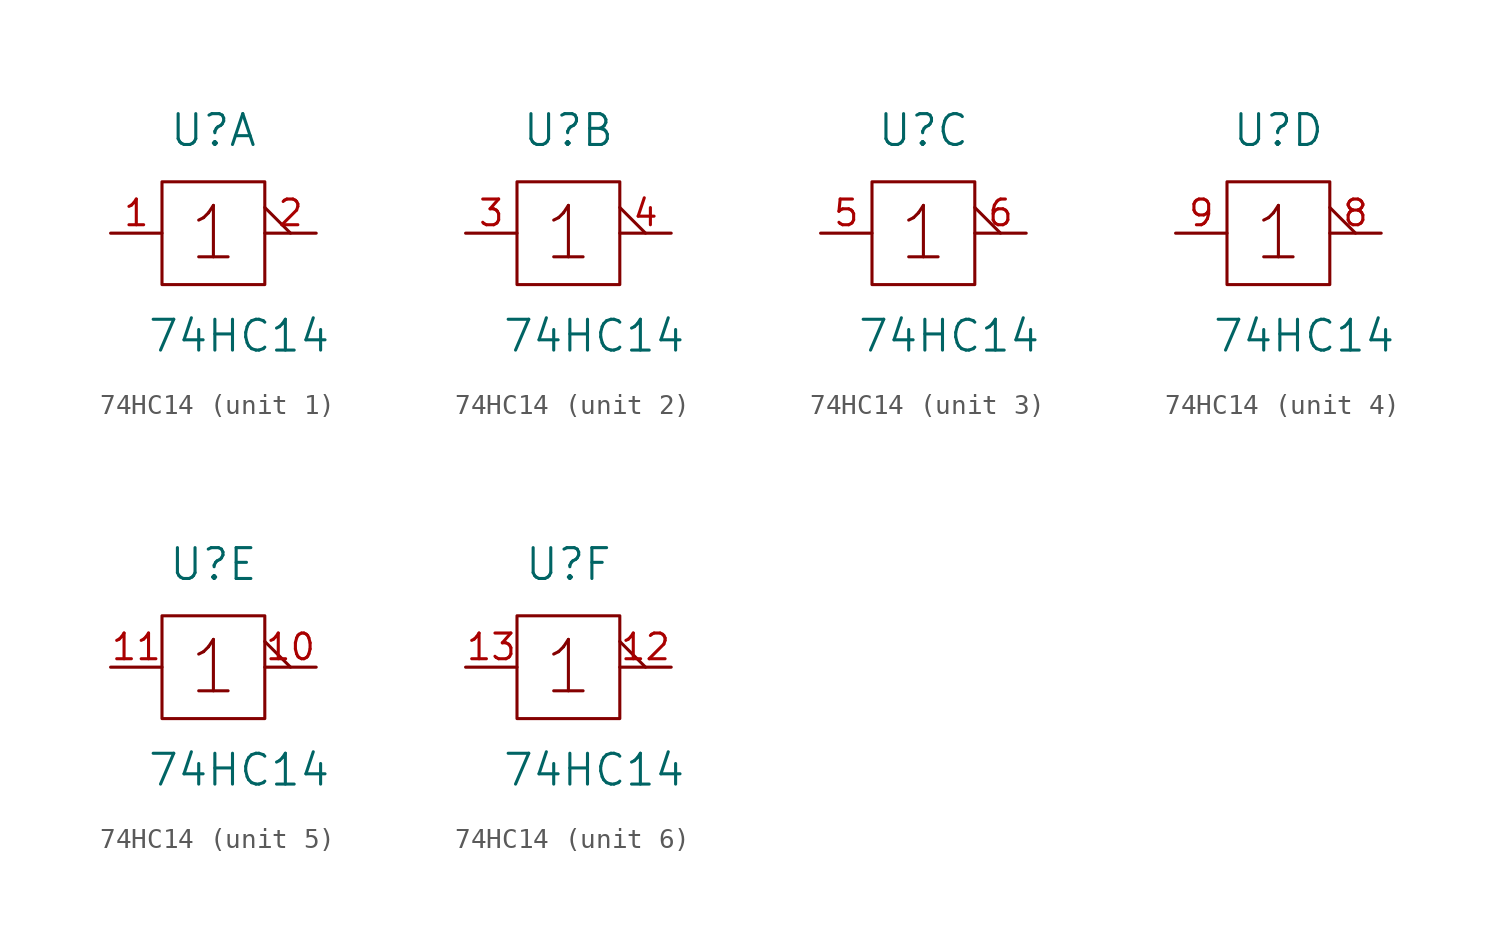
<source format=kicad_sym>
(kicad_symbol_lib
  (version 20211014)
  (generator kicad_symbol_editor)
  (symbol "74HC14"
    (pin_names
      (offset 1.016) hide)
    (property "Reference" "U"
      (at 0 5.08 0)
      (effects (font (size 1.524 1.524))))
    (property "Value" "74HC14"
      (at 1.27 -5.08 0)
      (effects (font (size 1.524 1.524))))
    (property "Footprint" ""
      (at 0 0 0)
      (effects (font (size 1.524 1.524))))
    (property "Datasheet" ""
      (at 0 0 0)
      (effects (font (size 1.524 1.524))))
    (symbol "74HC14_0_0"
      (text "1" (at 0 0 0) (effects (font (size 2.54 2.54)))))
    (symbol "74HC14_0_1"
      (rectangle (start -2.54 2.54) (end 2.54 -2.54) (stroke (width 0) (type default) (color 0 0 0 0)) (fill (type none)))
      (pin power_in line (at 0 2.54 270) (length 0) hide (name "VCC" (effects (font (size 1.27 1.27)))) (number "14" (effects (font (size 1.27 1.27)))))
      (pin passive line (at 0 -2.54 90) (length 0) hide (name "GND" (effects (font (size 1.27 1.27)))) (number "7" (effects (font (size 1.27 1.27))))))
    (symbol "74HC14_1_1"
      (pin input line (at -5.08 0 0) (length 2.54) (name "A" (effects (font (size 1.27 1.27)))) (number "1" (effects (font (size 1.27 1.27)))))
      (pin output output_low (at 5.08 0 180) (length 2.54) (name "Y" (effects (font (size 1.27 1.27)))) (number "2" (effects (font (size 1.27 1.27))))))
    (symbol "74HC14_2_1"
      (pin input line (at -5.08 0 0) (length 2.54) (name "A" (effects (font (size 1.27 1.27)))) (number "3" (effects (font (size 1.27 1.27)))))
      (pin output output_low (at 5.08 0 180) (length 2.54) (name "Y" (effects (font (size 1.27 1.27)))) (number "4" (effects (font (size 1.27 1.27))))))
    (symbol "74HC14_3_1"
      (pin input line (at -5.08 0 0) (length 2.54) (name "A" (effects (font (size 1.27 1.27)))) (number "5" (effects (font (size 1.27 1.27)))))
      (pin output output_low (at 5.08 0 180) (length 2.54) (name "Y" (effects (font (size 1.27 1.27)))) (number "6" (effects (font (size 1.27 1.27))))))
    (symbol "74HC14_4_1"
      (pin output output_low (at 5.08 0 180) (length 2.54) (name "Y" (effects (font (size 1.27 1.27)))) (number "8" (effects (font (size 1.27 1.27)))))
      (pin input line (at -5.08 0 0) (length 2.54) (name "A" (effects (font (size 1.27 1.27)))) (number "9" (effects (font (size 1.27 1.27))))))
    (symbol "74HC14_5_1"
      (pin output output_low (at 5.08 0 180) (length 2.54) (name "Y" (effects (font (size 1.27 1.27)))) (number "10" (effects (font (size 1.27 1.27)))))
      (pin input line (at -5.08 0 0) (length 2.54) (name "A" (effects (font (size 1.27 1.27)))) (number "11" (effects (font (size 1.27 1.27))))))
    (symbol "74HC14_6_1"
      (pin output output_low (at 5.08 0 180) (length 2.54) (name "Y" (effects (font (size 1.27 1.27)))) (number "12" (effects (font (size 1.27 1.27)))))
      (pin input line (at -5.08 0 0) (length 2.54) (name "A" (effects (font (size 1.27 1.27)))) (number "13" (effects (font (size 1.27 1.27))))))))
</source>
